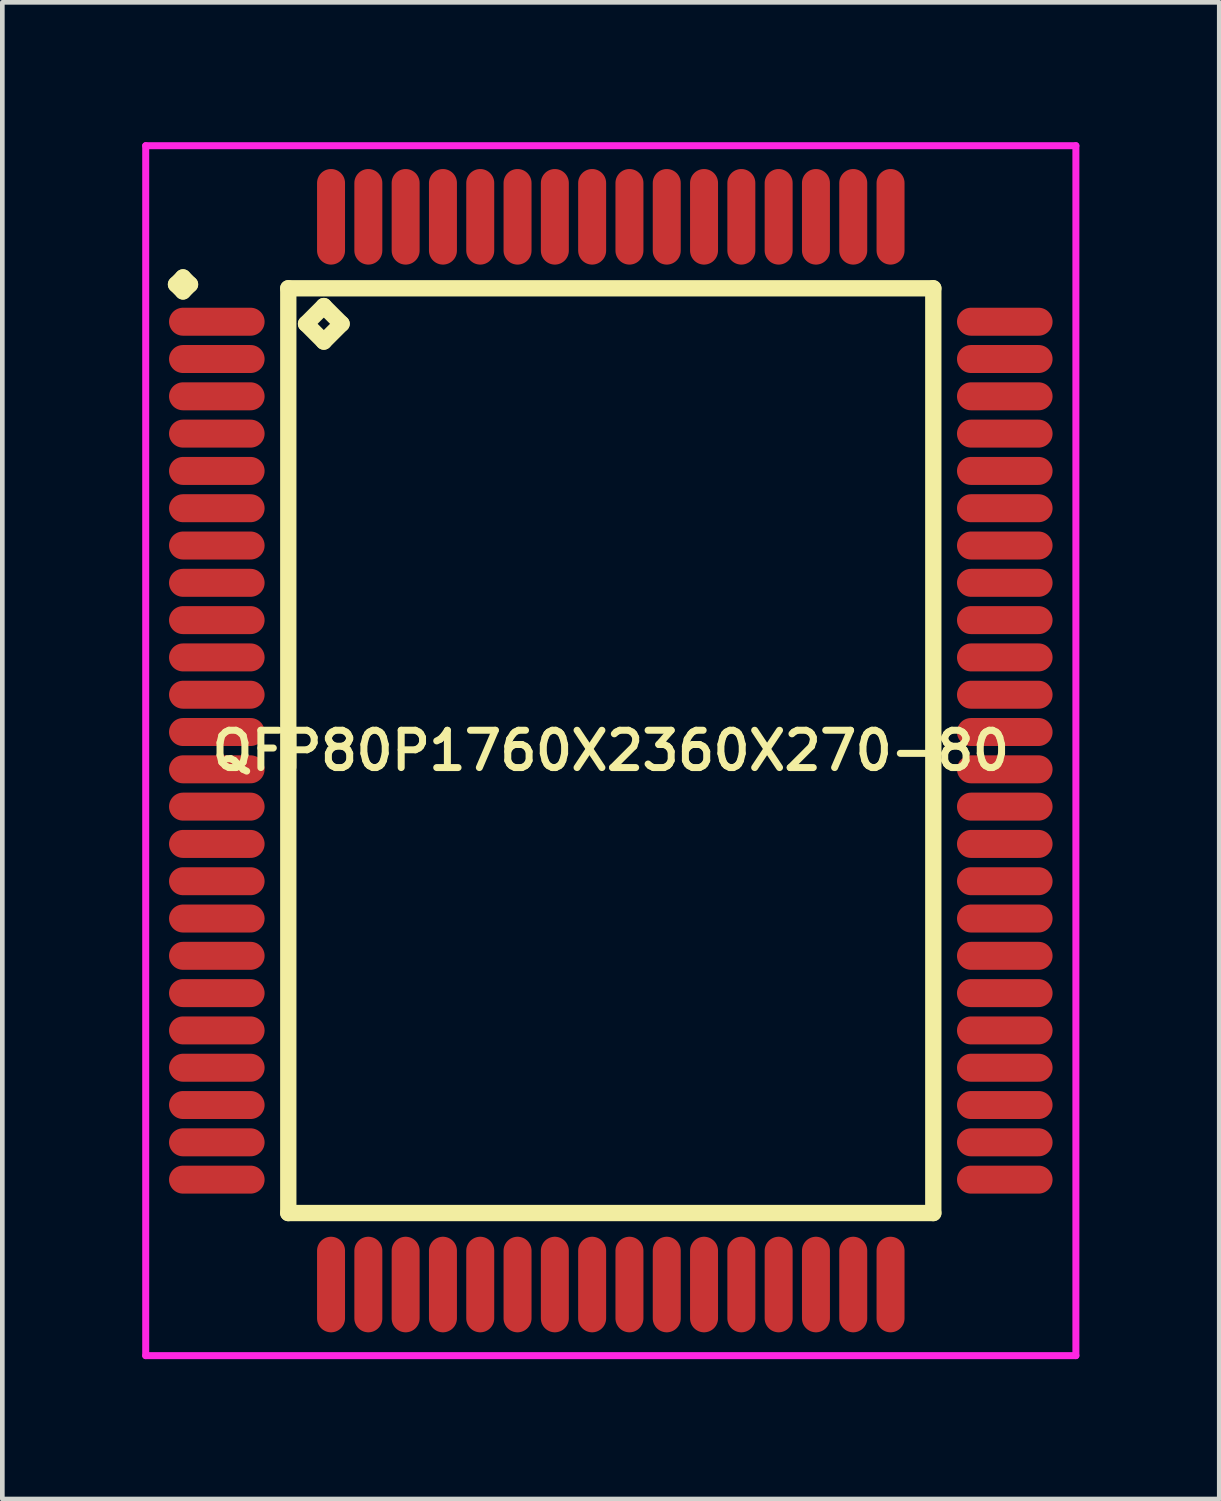
<source format=kicad_pcb>
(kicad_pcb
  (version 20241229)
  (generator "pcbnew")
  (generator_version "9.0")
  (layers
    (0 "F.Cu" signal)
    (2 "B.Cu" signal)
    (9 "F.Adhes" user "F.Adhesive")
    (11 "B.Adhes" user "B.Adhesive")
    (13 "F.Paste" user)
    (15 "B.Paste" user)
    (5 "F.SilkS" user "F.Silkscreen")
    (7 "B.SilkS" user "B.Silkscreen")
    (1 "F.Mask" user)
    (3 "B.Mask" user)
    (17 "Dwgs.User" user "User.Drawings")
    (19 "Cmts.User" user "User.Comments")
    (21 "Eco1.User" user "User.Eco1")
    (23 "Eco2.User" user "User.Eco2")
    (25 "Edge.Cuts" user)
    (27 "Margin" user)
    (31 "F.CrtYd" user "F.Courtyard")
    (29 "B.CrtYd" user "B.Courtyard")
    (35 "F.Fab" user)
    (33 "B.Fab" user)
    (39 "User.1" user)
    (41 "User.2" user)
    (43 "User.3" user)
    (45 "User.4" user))
  (footprint "QFP80P1760X2360X270-80"
    (layer "F.Cu")
    (at 10.05 13.05)
    (property "Reference" "QFP80P1760X2360X270-80" (at 0 0 0) (layer "F.SilkS") (effects (font (size 0.8 0.8) (thickness 0.15))))
    (attr through_hole)
    (fp_line (start -9.325 -10) (end -9.175 -10.15) (stroke (width 0.35) (type solid)) (layer "F.SilkS"))
    (fp_line (start -9.175 -10.15) (end -9.025 -10) (stroke (width 0.35) (type solid)) (layer "F.SilkS"))
    (fp_line (start -9.175 -9.85) (end -9.325 -10) (stroke (width 0.35) (type solid)) (layer "F.SilkS"))
    (fp_line (start -9.025 -10) (end -9.175 -9.85) (stroke (width 0.35) (type solid)) (layer "F.SilkS"))
    (fp_line (start -6.917 -9.917) (end -6.917 9.917) (stroke (width 0.35) (type solid)) (layer "F.SilkS"))
    (fp_line (start -6.917 9.917) (end 6.917 9.917) (stroke (width 0.35) (type solid)) (layer "F.SilkS"))
    (fp_line (start -6.536 -9.155) (end -6.155 -9.536) (stroke (width 0.35) (type solid)) (layer "F.SilkS"))
    (fp_line (start -6.155 -9.536) (end -5.774 -9.155) (stroke (width 0.35) (type solid)) (layer "F.SilkS"))
    (fp_line (start -6.155 -8.774) (end -6.536 -9.155) (stroke (width 0.35) (type solid)) (layer "F.SilkS"))
    (fp_line (start -5.774 -9.155) (end -6.155 -8.774) (stroke (width 0.35) (type solid)) (layer "F.SilkS"))
    (fp_line (start 6.917 -9.917) (end -6.917 -9.917) (stroke (width 0.35) (type solid)) (layer "F.SilkS"))
    (fp_line (start 6.917 9.917) (end 6.917 -9.917) (stroke (width 0.35) (type solid)) (layer "F.SilkS"))
    (fp_line (start -9.975 -12.975) (end 9.975 -12.975) (stroke (width 0.15) (type solid)) (layer "F.CrtYd"))
    (fp_line (start -9.975 12.975) (end -9.975 -12.975) (stroke (width 0.15) (type solid)) (layer "F.CrtYd"))
    (fp_line (start 9.975 -12.975) (end 9.975 12.975) (stroke (width 0.15) (type solid)) (layer "F.CrtYd"))
    (fp_line (start 9.975 12.975) (end -9.975 12.975) (stroke (width 0.15) (type solid)) (layer "F.CrtYd"))
    (pad "1" smd oval (at -8.45 -9.2) (size 2.05 0.6) (layers "F.Cu" "F.Mask" "F.Paste"))
    (pad "2" smd oval (at -8.45 -8.4) (size 2.05 0.6) (layers "F.Cu" "F.Mask" "F.Paste"))
    (pad "3" smd oval (at -8.45 -7.6) (size 2.05 0.6) (layers "F.Cu" "F.Mask" "F.Paste"))
    (pad "4" smd oval (at -8.45 -6.8) (size 2.05 0.6) (layers "F.Cu" "F.Mask" "F.Paste"))
    (pad "5" smd oval (at -8.45 -6) (size 2.05 0.6) (layers "F.Cu" "F.Mask" "F.Paste"))
    (pad "6" smd oval (at -8.45 -5.2) (size 2.05 0.6) (layers "F.Cu" "F.Mask" "F.Paste"))
    (pad "7" smd oval (at -8.45 -4.4) (size 2.05 0.6) (layers "F.Cu" "F.Mask" "F.Paste"))
    (pad "8" smd oval (at -8.45 -3.6) (size 2.05 0.6) (layers "F.Cu" "F.Mask" "F.Paste"))
    (pad "9" smd oval (at -8.45 -2.8) (size 2.05 0.6) (layers "F.Cu" "F.Mask" "F.Paste"))
    (pad "10" smd oval (at -8.45 -2) (size 2.05 0.6) (layers "F.Cu" "F.Mask" "F.Paste"))
    (pad "11" smd oval (at -8.45 -1.2) (size 2.05 0.6) (layers "F.Cu" "F.Mask" "F.Paste"))
    (pad "12" smd oval (at -8.45 -0.4) (size 2.05 0.6) (layers "F.Cu" "F.Mask" "F.Paste"))
    (pad "13" smd oval (at -8.45 0.4) (size 2.05 0.6) (layers "F.Cu" "F.Mask" "F.Paste"))
    (pad "14" smd oval (at -8.45 1.2) (size 2.05 0.6) (layers "F.Cu" "F.Mask" "F.Paste"))
    (pad "15" smd oval (at -8.45 2) (size 2.05 0.6) (layers "F.Cu" "F.Mask" "F.Paste"))
    (pad "16" smd oval (at -8.45 2.8) (size 2.05 0.6) (layers "F.Cu" "F.Mask" "F.Paste"))
    (pad "17" smd oval (at -8.45 3.6) (size 2.05 0.6) (layers "F.Cu" "F.Mask" "F.Paste"))
    (pad "18" smd oval (at -8.45 4.4) (size 2.05 0.6) (layers "F.Cu" "F.Mask" "F.Paste"))
    (pad "19" smd oval (at -8.45 5.2) (size 2.05 0.6) (layers "F.Cu" "F.Mask" "F.Paste"))
    (pad "20" smd oval (at -8.45 6) (size 2.05 0.6) (layers "F.Cu" "F.Mask" "F.Paste"))
    (pad "21" smd oval (at -8.45 6.8) (size 2.05 0.6) (layers "F.Cu" "F.Mask" "F.Paste"))
    (pad "22" smd oval (at -8.45 7.6) (size 2.05 0.6) (layers "F.Cu" "F.Mask" "F.Paste"))
    (pad "23" smd oval (at -8.45 8.4) (size 2.05 0.6) (layers "F.Cu" "F.Mask" "F.Paste"))
    (pad "24" smd oval (at -8.45 9.2) (size 2.05 0.6) (layers "F.Cu" "F.Mask" "F.Paste"))
    (pad "25" smd oval (at -6 11.45) (size 0.6 2.05) (layers "F.Cu" "F.Mask" "F.Paste"))
    (pad "26" smd oval (at -5.2 11.45) (size 0.6 2.05) (layers "F.Cu" "F.Mask" "F.Paste"))
    (pad "27" smd oval (at -4.4 11.45) (size 0.6 2.05) (layers "F.Cu" "F.Mask" "F.Paste"))
    (pad "28" smd oval (at -3.6 11.45) (size 0.6 2.05) (layers "F.Cu" "F.Mask" "F.Paste"))
    (pad "29" smd oval (at -2.8 11.45) (size 0.6 2.05) (layers "F.Cu" "F.Mask" "F.Paste"))
    (pad "30" smd oval (at -2 11.45) (size 0.6 2.05) (layers "F.Cu" "F.Mask" "F.Paste"))
    (pad "31" smd oval (at -1.2 11.45) (size 0.6 2.05) (layers "F.Cu" "F.Mask" "F.Paste"))
    (pad "32" smd oval (at -0.4 11.45) (size 0.6 2.05) (layers "F.Cu" "F.Mask" "F.Paste"))
    (pad "33" smd oval (at 0.4 11.45) (size 0.6 2.05) (layers "F.Cu" "F.Mask" "F.Paste"))
    (pad "34" smd oval (at 1.2 11.45) (size 0.6 2.05) (layers "F.Cu" "F.Mask" "F.Paste"))
    (pad "35" smd oval (at 2 11.45) (size 0.6 2.05) (layers "F.Cu" "F.Mask" "F.Paste"))
    (pad "36" smd oval (at 2.8 11.45) (size 0.6 2.05) (layers "F.Cu" "F.Mask" "F.Paste"))
    (pad "37" smd oval (at 3.6 11.45) (size 0.6 2.05) (layers "F.Cu" "F.Mask" "F.Paste"))
    (pad "38" smd oval (at 4.4 11.45) (size 0.6 2.05) (layers "F.Cu" "F.Mask" "F.Paste"))
    (pad "39" smd oval (at 5.2 11.45) (size 0.6 2.05) (layers "F.Cu" "F.Mask" "F.Paste"))
    (pad "40" smd oval (at 6 11.45) (size 0.6 2.05) (layers "F.Cu" "F.Mask" "F.Paste"))
    (pad "41" smd oval (at 8.45 9.2) (size 2.05 0.6) (layers "F.Cu" "F.Mask" "F.Paste"))
    (pad "42" smd oval (at 8.45 8.4) (size 2.05 0.6) (layers "F.Cu" "F.Mask" "F.Paste"))
    (pad "43" smd oval (at 8.45 7.6) (size 2.05 0.6) (layers "F.Cu" "F.Mask" "F.Paste"))
    (pad "44" smd oval (at 8.45 6.8) (size 2.05 0.6) (layers "F.Cu" "F.Mask" "F.Paste"))
    (pad "45" smd oval (at 8.45 6) (size 2.05 0.6) (layers "F.Cu" "F.Mask" "F.Paste"))
    (pad "46" smd oval (at 8.45 5.2) (size 2.05 0.6) (layers "F.Cu" "F.Mask" "F.Paste"))
    (pad "47" smd oval (at 8.45 4.4) (size 2.05 0.6) (layers "F.Cu" "F.Mask" "F.Paste"))
    (pad "48" smd oval (at 8.45 3.6) (size 2.05 0.6) (layers "F.Cu" "F.Mask" "F.Paste"))
    (pad "49" smd oval (at 8.45 2.8) (size 2.05 0.6) (layers "F.Cu" "F.Mask" "F.Paste"))
    (pad "50" smd oval (at 8.45 2) (size 2.05 0.6) (layers "F.Cu" "F.Mask" "F.Paste"))
    (pad "51" smd oval (at 8.45 1.2) (size 2.05 0.6) (layers "F.Cu" "F.Mask" "F.Paste"))
    (pad "52" smd oval (at 8.45 0.4) (size 2.05 0.6) (layers "F.Cu" "F.Mask" "F.Paste"))
    (pad "53" smd oval (at 8.45 -0.4) (size 2.05 0.6) (layers "F.Cu" "F.Mask" "F.Paste"))
    (pad "54" smd oval (at 8.45 -1.2) (size 2.05 0.6) (layers "F.Cu" "F.Mask" "F.Paste"))
    (pad "55" smd oval (at 8.45 -2) (size 2.05 0.6) (layers "F.Cu" "F.Mask" "F.Paste"))
    (pad "56" smd oval (at 8.45 -2.8) (size 2.05 0.6) (layers "F.Cu" "F.Mask" "F.Paste"))
    (pad "57" smd oval (at 8.45 -3.6) (size 2.05 0.6) (layers "F.Cu" "F.Mask" "F.Paste"))
    (pad "58" smd oval (at 8.45 -4.4) (size 2.05 0.6) (layers "F.Cu" "F.Mask" "F.Paste"))
    (pad "59" smd oval (at 8.45 -5.2) (size 2.05 0.6) (layers "F.Cu" "F.Mask" "F.Paste"))
    (pad "60" smd oval (at 8.45 -6) (size 2.05 0.6) (layers "F.Cu" "F.Mask" "F.Paste"))
    (pad "61" smd oval (at 8.45 -6.8) (size 2.05 0.6) (layers "F.Cu" "F.Mask" "F.Paste"))
    (pad "62" smd oval (at 8.45 -7.6) (size 2.05 0.6) (layers "F.Cu" "F.Mask" "F.Paste"))
    (pad "63" smd oval (at 8.45 -8.4) (size 2.05 0.6) (layers "F.Cu" "F.Mask" "F.Paste"))
    (pad "64" smd oval (at 8.45 -9.2) (size 2.05 0.6) (layers "F.Cu" "F.Mask" "F.Paste"))
    (pad "65" smd oval (at 6 -11.45) (size 0.6 2.05) (layers "F.Cu" "F.Mask" "F.Paste"))
    (pad "66" smd oval (at 5.2 -11.45) (size 0.6 2.05) (layers "F.Cu" "F.Mask" "F.Paste"))
    (pad "67" smd oval (at 4.4 -11.45) (size 0.6 2.05) (layers "F.Cu" "F.Mask" "F.Paste"))
    (pad "68" smd oval (at 3.6 -11.45) (size 0.6 2.05) (layers "F.Cu" "F.Mask" "F.Paste"))
    (pad "69" smd oval (at 2.8 -11.45) (size 0.6 2.05) (layers "F.Cu" "F.Mask" "F.Paste"))
    (pad "70" smd oval (at 2 -11.45) (size 0.6 2.05) (layers "F.Cu" "F.Mask" "F.Paste"))
    (pad "71" smd oval (at 1.2 -11.45) (size 0.6 2.05) (layers "F.Cu" "F.Mask" "F.Paste"))
    (pad "72" smd oval (at 0.4 -11.45) (size 0.6 2.05) (layers "F.Cu" "F.Mask" "F.Paste"))
    (pad "73" smd oval (at -0.4 -11.45) (size 0.6 2.05) (layers "F.Cu" "F.Mask" "F.Paste"))
    (pad "74" smd oval (at -1.2 -11.45) (size 0.6 2.05) (layers "F.Cu" "F.Mask" "F.Paste"))
    (pad "75" smd oval (at -2 -11.45) (size 0.6 2.05) (layers "F.Cu" "F.Mask" "F.Paste"))
    (pad "76" smd oval (at -2.8 -11.45) (size 0.6 2.05) (layers "F.Cu" "F.Mask" "F.Paste"))
    (pad "77" smd oval (at -3.6 -11.45) (size 0.6 2.05) (layers "F.Cu" "F.Mask" "F.Paste"))
    (pad "78" smd oval (at -4.4 -11.45) (size 0.6 2.05) (layers "F.Cu" "F.Mask" "F.Paste"))
    (pad "79" smd oval (at -5.2 -11.45) (size 0.6 2.05) (layers "F.Cu" "F.Mask" "F.Paste"))
    (pad "80" smd oval (at -6 -11.45) (size 0.6 2.05) (layers "F.Cu" "F.Mask" "F.Paste")))
  (gr_rect
    (start -3 -3)
    (end 23.1 29.1)
    (stroke (width 0.1) (type default))
    (fill no)
    (layer "Edge.Cuts")))
</source>
